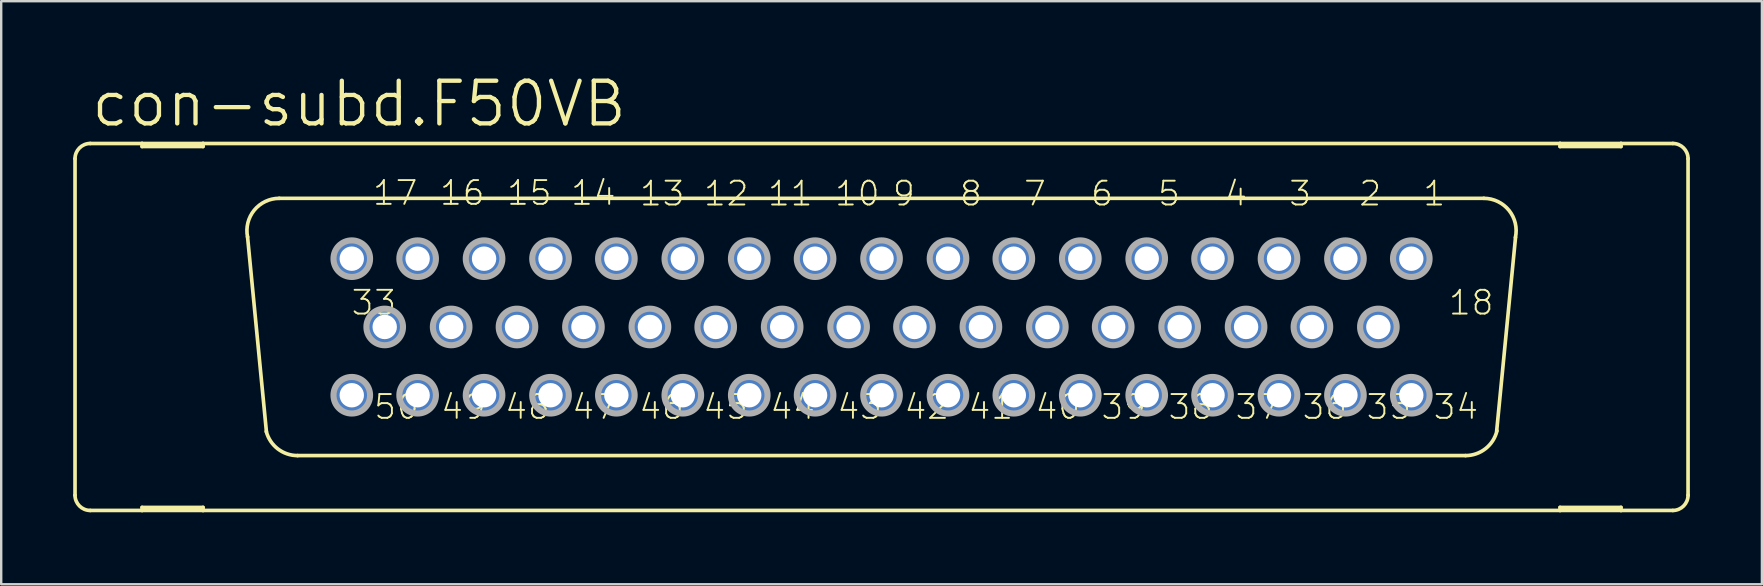
<source format=kicad_pcb>
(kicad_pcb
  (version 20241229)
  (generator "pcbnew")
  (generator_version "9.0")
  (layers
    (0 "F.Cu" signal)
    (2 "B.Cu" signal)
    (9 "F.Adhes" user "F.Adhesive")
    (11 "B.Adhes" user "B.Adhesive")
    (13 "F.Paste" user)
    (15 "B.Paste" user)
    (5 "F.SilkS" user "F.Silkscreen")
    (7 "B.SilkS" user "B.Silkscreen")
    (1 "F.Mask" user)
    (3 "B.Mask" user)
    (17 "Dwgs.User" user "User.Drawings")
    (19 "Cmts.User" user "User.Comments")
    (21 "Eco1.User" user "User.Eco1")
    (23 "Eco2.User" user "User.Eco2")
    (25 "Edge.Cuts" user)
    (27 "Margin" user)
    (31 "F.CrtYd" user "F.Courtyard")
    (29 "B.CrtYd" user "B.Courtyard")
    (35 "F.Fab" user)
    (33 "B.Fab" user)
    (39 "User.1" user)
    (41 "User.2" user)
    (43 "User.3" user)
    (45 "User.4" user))
  (footprint "con-subd.F50VB"
    (layer "F.Cu")
    (at 33.68 10.573)
    (property "Reference" "con-subd.F50VB" (at -33.02 -8.255 0) (layer "F.SilkS") (effects (font (size 1.778 1.778) (thickness 0.18)) (justify left bottom)))
    (attr through_hole)
    (fp_line (start -33.604 -7.01) (end -33.604 7.01) (stroke (width 0.152) (type default)) (layer "F.SilkS"))
    (fp_line (start -32.969 7.645) (end -30.81 7.645) (stroke (width 0.152) (type default)) (layer "F.SilkS"))
    (fp_line (start -30.81 -7.645) (end -32.969 -7.645) (stroke (width 0.152) (type default)) (layer "F.SilkS"))
    (fp_line (start -30.81 -7.645) (end -30.81 -7.518) (stroke (width 0.152) (type default)) (layer "F.SilkS"))
    (fp_line (start -30.81 -7.518) (end -28.27 -7.518) (stroke (width 0.152) (type default)) (layer "F.SilkS"))
    (fp_line (start -30.81 7.518) (end -28.27 7.518) (stroke (width 0.152) (type default)) (layer "F.SilkS"))
    (fp_line (start -30.81 7.645) (end -30.81 7.518) (stroke (width 0.152) (type default)) (layer "F.SilkS"))
    (fp_line (start -30.81 7.645) (end -28.27 7.645) (stroke (width 0.152) (type default)) (layer "F.SilkS"))
    (fp_line (start -28.27 -7.645) (end -30.81 -7.645) (stroke (width 0.152) (type default)) (layer "F.SilkS"))
    (fp_line (start -28.27 -7.518) (end -28.27 -7.645) (stroke (width 0.152) (type default)) (layer "F.SilkS"))
    (fp_line (start -28.27 7.518) (end -28.27 7.645) (stroke (width 0.152) (type default)) (layer "F.SilkS"))
    (fp_line (start -28.27 7.645) (end 28.27 7.645) (stroke (width 0.152) (type default)) (layer "F.SilkS"))
    (fp_line (start -25.629 4.369) (end -26.416 -3.759) (stroke (width 0.152) (type default)) (layer "F.SilkS"))
    (fp_line (start -25.095 -5.359) (end 25.095 -5.359) (stroke (width 0.152) (type default)) (layer "F.SilkS"))
    (fp_line (start -24.333 5.359) (end 24.333 5.359) (stroke (width 0.152) (type default)) (layer "F.SilkS"))
    (fp_line (start 26.416 -3.734) (end 25.629 4.343) (stroke (width 0.152) (type default)) (layer "F.SilkS"))
    (fp_line (start 28.27 -7.645) (end -28.27 -7.645) (stroke (width 0.152) (type default)) (layer "F.SilkS"))
    (fp_line (start 28.27 -7.645) (end 28.27 -7.518) (stroke (width 0.152) (type default)) (layer "F.SilkS"))
    (fp_line (start 28.27 -7.518) (end 30.81 -7.518) (stroke (width 0.152) (type default)) (layer "F.SilkS"))
    (fp_line (start 28.27 7.518) (end 30.81 7.518) (stroke (width 0.152) (type default)) (layer "F.SilkS"))
    (fp_line (start 28.27 7.645) (end 28.27 7.518) (stroke (width 0.152) (type default)) (layer "F.SilkS"))
    (fp_line (start 28.27 7.645) (end 30.81 7.645) (stroke (width 0.152) (type default)) (layer "F.SilkS"))
    (fp_line (start 30.81 -7.645) (end 28.27 -7.645) (stroke (width 0.152) (type default)) (layer "F.SilkS"))
    (fp_line (start 30.81 -7.518) (end 30.81 -7.645) (stroke (width 0.152) (type default)) (layer "F.SilkS"))
    (fp_line (start 30.81 7.518) (end 30.81 7.645) (stroke (width 0.152) (type default)) (layer "F.SilkS"))
    (fp_line (start 30.81 7.645) (end 32.969 7.645) (stroke (width 0.152) (type default)) (layer "F.SilkS"))
    (fp_line (start 32.969 -7.645) (end 30.81 -7.645) (stroke (width 0.152) (type default)) (layer "F.SilkS"))
    (fp_line (start 33.604 -7.01) (end 33.604 7.01) (stroke (width 0.152) (type default)) (layer "F.SilkS"))
    (fp_arc (start -33.6042 -7.0104) (mid -33.418213 -7.459413) (end -32.9692 -7.6454) (stroke (width 0.1524) (type default)) (layer "F.SilkS"))
    (fp_arc (start -32.9692 7.6454) (mid -33.418213 7.459413) (end -33.6042 7.0104) (stroke (width 0.1524) (type default)) (layer "F.SilkS"))
    (fp_arc (start -26.4153 -3.7492) (mid -26.136282 -4.866684) (end -25.0952 -5.3594) (stroke (width 0.1524) (type default)) (layer "F.SilkS"))
    (fp_arc (start -24.3332 5.3594) (mid -25.1567 5.078146) (end -25.6361 4.3519) (stroke (width 0.1524) (type default)) (layer "F.SilkS"))
    (fp_arc (start 25.0952 -5.3591) (mid 26.143577 -4.85738) (end 26.4105 -3.7262) (stroke (width 0.1524) (type default)) (layer "F.SilkS"))
    (fp_arc (start 25.6422 4.3274) (mid 25.166656 5.070446) (end 24.3332 5.3596) (stroke (width 0.1524) (type default)) (layer "F.SilkS"))
    (fp_arc (start 32.9692 -7.6454) (mid 33.418213 -7.459413) (end 33.6042 -7.0104) (stroke (width 0.1524) (type default)) (layer "F.SilkS"))
    (fp_arc (start 33.6042 7.0104) (mid 33.418213 7.459413) (end 32.9692 7.6454) (stroke (width 0.1524) (type default)) (layer "F.SilkS"))
    (fp_circle (center -22.073 -2.845) (end -21.311 -2.845) (stroke (width 0.254) (type default)) (fill no) (layer "F.Fab"))
    (fp_circle (center -22.073 2.845) (end -21.311 2.845) (stroke (width 0.254) (type default)) (fill no) (layer "F.Fab"))
    (fp_circle (center -20.701 0) (end -19.939 0) (stroke (width 0.254) (type default)) (fill no) (layer "F.Fab"))
    (fp_circle (center -19.329 -2.845) (end -18.567 -2.845) (stroke (width 0.254) (type default)) (fill no) (layer "F.Fab"))
    (fp_circle (center -19.329 2.845) (end -18.567 2.845) (stroke (width 0.254) (type default)) (fill no) (layer "F.Fab"))
    (fp_circle (center -17.932 0) (end -17.17 0) (stroke (width 0.254) (type default)) (fill no) (layer "F.Fab"))
    (fp_circle (center -16.561 -2.845) (end -15.799 -2.845) (stroke (width 0.254) (type default)) (fill no) (layer "F.Fab"))
    (fp_circle (center -16.561 2.845) (end -15.799 2.845) (stroke (width 0.254) (type default)) (fill no) (layer "F.Fab"))
    (fp_circle (center -15.189 0) (end -14.427 0) (stroke (width 0.254) (type default)) (fill no) (layer "F.Fab"))
    (fp_circle (center -13.792 -2.845) (end -13.03 -2.845) (stroke (width 0.254) (type default)) (fill no) (layer "F.Fab"))
    (fp_circle (center -13.792 2.845) (end -13.03 2.845) (stroke (width 0.254) (type default)) (fill no) (layer "F.Fab"))
    (fp_circle (center -12.421 0) (end -11.659 0) (stroke (width 0.254) (type default)) (fill no) (layer "F.Fab"))
    (fp_circle (center -11.049 -2.845) (end -10.287 -2.845) (stroke (width 0.254) (type default)) (fill no) (layer "F.Fab"))
    (fp_circle (center -11.049 2.845) (end -10.287 2.845) (stroke (width 0.254) (type default)) (fill no) (layer "F.Fab"))
    (fp_circle (center -9.652 0) (end -8.89 0) (stroke (width 0.254) (type default)) (fill no) (layer "F.Fab"))
    (fp_circle (center -8.28 -2.845) (end -7.518 -2.845) (stroke (width 0.254) (type default)) (fill no) (layer "F.Fab"))
    (fp_circle (center -8.28 2.845) (end -7.518 2.845) (stroke (width 0.254) (type default)) (fill no) (layer "F.Fab"))
    (fp_circle (center -6.909 0) (end -6.147 0) (stroke (width 0.254) (type default)) (fill no) (layer "F.Fab"))
    (fp_circle (center -5.512 -2.845) (end -4.75 -2.845) (stroke (width 0.254) (type default)) (fill no) (layer "F.Fab"))
    (fp_circle (center -5.512 2.845) (end -4.75 2.845) (stroke (width 0.254) (type default)) (fill no) (layer "F.Fab"))
    (fp_circle (center -4.14 0) (end -3.378 0) (stroke (width 0.254) (type default)) (fill no) (layer "F.Fab"))
    (fp_circle (center -2.769 -2.845) (end -2.007 -2.845) (stroke (width 0.254) (type default)) (fill no) (layer "F.Fab"))
    (fp_circle (center -2.769 2.845) (end -2.007 2.845) (stroke (width 0.254) (type default)) (fill no) (layer "F.Fab"))
    (fp_circle (center -1.372 0) (end -0.61 0) (stroke (width 0.254) (type default)) (fill no) (layer "F.Fab"))
    (fp_circle (center 0 -2.845) (end 0.762 -2.845) (stroke (width 0.254) (type default)) (fill no) (layer "F.Fab"))
    (fp_circle (center 0 2.845) (end 0.762 2.845) (stroke (width 0.254) (type default)) (fill no) (layer "F.Fab"))
    (fp_circle (center 1.372 0) (end 2.134 0) (stroke (width 0.254) (type default)) (fill no) (layer "F.Fab"))
    (fp_circle (center 2.769 -2.845) (end 3.531 -2.845) (stroke (width 0.254) (type default)) (fill no) (layer "F.Fab"))
    (fp_circle (center 2.769 2.845) (end 3.531 2.845) (stroke (width 0.254) (type default)) (fill no) (layer "F.Fab"))
    (fp_circle (center 4.14 0) (end 4.902 0) (stroke (width 0.254) (type default)) (fill no) (layer "F.Fab"))
    (fp_circle (center 5.512 -2.845) (end 6.274 -2.845) (stroke (width 0.254) (type default)) (fill no) (layer "F.Fab"))
    (fp_circle (center 5.512 2.845) (end 6.274 2.845) (stroke (width 0.254) (type default)) (fill no) (layer "F.Fab"))
    (fp_circle (center 6.909 0) (end 7.671 0) (stroke (width 0.254) (type default)) (fill no) (layer "F.Fab"))
    (fp_circle (center 8.28 -2.845) (end 9.042 -2.845) (stroke (width 0.254) (type default)) (fill no) (layer "F.Fab"))
    (fp_circle (center 8.28 2.845) (end 9.042 2.845) (stroke (width 0.254) (type default)) (fill no) (layer "F.Fab"))
    (fp_circle (center 9.652 0) (end 10.414 0) (stroke (width 0.254) (type default)) (fill no) (layer "F.Fab"))
    (fp_circle (center 11.049 -2.845) (end 11.811 -2.845) (stroke (width 0.254) (type default)) (fill no) (layer "F.Fab"))
    (fp_circle (center 11.049 2.845) (end 11.811 2.845) (stroke (width 0.254) (type default)) (fill no) (layer "F.Fab"))
    (fp_circle (center 12.421 0) (end 13.183 0) (stroke (width 0.254) (type default)) (fill no) (layer "F.Fab"))
    (fp_circle (center 13.792 -2.845) (end 14.554 -2.845) (stroke (width 0.254) (type default)) (fill no) (layer "F.Fab"))
    (fp_circle (center 13.792 2.845) (end 14.554 2.845) (stroke (width 0.254) (type default)) (fill no) (layer "F.Fab"))
    (fp_circle (center 15.189 0) (end 15.951 0) (stroke (width 0.254) (type default)) (fill no) (layer "F.Fab"))
    (fp_circle (center 16.561 -2.845) (end 17.323 -2.845) (stroke (width 0.254) (type default)) (fill no) (layer "F.Fab"))
    (fp_circle (center 16.561 2.845) (end 17.323 2.845) (stroke (width 0.254) (type default)) (fill no) (layer "F.Fab"))
    (fp_circle (center 17.932 0) (end 18.694 0) (stroke (width 0.254) (type default)) (fill no) (layer "F.Fab"))
    (fp_circle (center 19.329 -2.845) (end 20.091 -2.845) (stroke (width 0.254) (type default)) (fill no) (layer "F.Fab"))
    (fp_circle (center 19.329 2.845) (end 20.091 2.845) (stroke (width 0.254) (type default)) (fill no) (layer "F.Fab"))
    (fp_circle (center 20.701 0) (end 21.463 0) (stroke (width 0.254) (type default)) (fill no) (layer "F.Fab"))
    (fp_circle (center 22.073 -2.845) (end 22.835 -2.845) (stroke (width 0.254) (type default)) (fill no) (layer "F.Fab"))
    (fp_circle (center 22.073 2.845) (end 22.835 2.845) (stroke (width 0.254) (type default)) (fill no) (layer "F.Fab"))
    (fp_text user "18" (at 23.571 -0.432 180) (layer "F.SilkS") (effects (font (size 0.991 0.991) (thickness 0.08)) (justify left bottom)))
    (fp_text user "1" (at 22.504 -4.978 180) (layer "F.SilkS") (effects (font (size 0.991 0.991) (thickness 0.08)) (justify left bottom)))
    (fp_text user "34" (at 22.936 3.912 180) (layer "F.SilkS") (effects (font (size 0.991 0.991) (thickness 0.08)) (justify left bottom)))
    (fp_text user "42" (at 0.889 3.912 180) (layer "F.SilkS") (effects (font (size 0.991 0.991) (thickness 0.08)) (justify left bottom)))
    (fp_text user "47" (at -12.954 3.912 180) (layer "F.SilkS") (effects (font (size 0.991 0.991) (thickness 0.08)) (justify left bottom)))
    (fp_text user "6" (at 8.661 -4.978 180) (layer "F.SilkS") (effects (font (size 0.991 0.991) (thickness 0.08)) (justify left bottom)))
    (fp_text user "15" (at -15.672 -5.004 180) (layer "F.SilkS") (effects (font (size 0.991 0.991) (thickness 0.08)) (justify left bottom)))
    (fp_text user "37" (at 14.681 3.912 180) (layer "F.SilkS") (effects (font (size 0.991 0.991) (thickness 0.08)) (justify left bottom)))
    (fp_text user "8" (at 3.2 -4.978 180) (layer "F.SilkS") (effects (font (size 0.991 0.991) (thickness 0.08)) (justify left bottom)))
    (fp_text user "39" (at 9.093 3.912 180) (layer "F.SilkS") (effects (font (size 0.991 0.991) (thickness 0.08)) (justify left bottom)))
    (fp_text user "48" (at -15.748 3.912 180) (layer "F.SilkS") (effects (font (size 0.991 0.991) (thickness 0.08)) (justify left bottom)))
    (fp_text user "12" (at -7.468 -4.978 180) (layer "F.SilkS") (effects (font (size 0.991 0.991) (thickness 0.08)) (justify left bottom)))
    (fp_text user "38" (at 11.887 3.912 180) (layer "F.SilkS") (effects (font (size 0.991 0.991) (thickness 0.08)) (justify left bottom)))
    (fp_text user "14" (at -13.005 -5.004 180) (layer "F.SilkS") (effects (font (size 0.991 0.991) (thickness 0.08)) (justify left bottom)))
    (fp_text user "4" (at 14.249 -4.978 180) (layer "F.SilkS") (effects (font (size 0.991 0.991) (thickness 0.08)) (justify left bottom)))
    (fp_text user "2" (at 19.837 -4.978 180) (layer "F.SilkS") (effects (font (size 0.991 0.991) (thickness 0.08)) (justify left bottom)))
    (fp_text user "36" (at 17.475 3.912 180) (layer "F.SilkS") (effects (font (size 0.991 0.991) (thickness 0.08)) (justify left bottom)))
    (fp_text user "11" (at -4.801 -4.978 180) (layer "F.SilkS") (effects (font (size 0.991 0.991) (thickness 0.08)) (justify left bottom)))
    (fp_text user "46" (at -10.16 3.912 180) (layer "F.SilkS") (effects (font (size 0.991 0.991) (thickness 0.08)) (justify left bottom)))
    (fp_text user "41" (at 3.556 3.912 180) (layer "F.SilkS") (effects (font (size 0.991 0.991) (thickness 0.08)) (justify left bottom)))
    (fp_text user "7" (at 5.867 -4.978 180) (layer "F.SilkS") (effects (font (size 0.991 0.991) (thickness 0.08)) (justify left bottom)))
    (fp_text user "17" (at -21.26 -5.004 180) (layer "F.SilkS") (effects (font (size 0.991 0.991) (thickness 0.08)) (justify left bottom)))
    (fp_text user "43" (at -1.905 3.912 180) (layer "F.SilkS") (effects (font (size 0.991 0.991) (thickness 0.08)) (justify left bottom)))
    (fp_text user "44" (at -4.699 3.912 180) (layer "F.SilkS") (effects (font (size 0.991 0.991) (thickness 0.08)) (justify left bottom)))
    (fp_text user "35" (at 20.142 3.912 180) (layer "F.SilkS") (effects (font (size 0.991 0.991) (thickness 0.08)) (justify left bottom)))
    (fp_text user "9" (at 0.406 -4.978 180) (layer "F.SilkS") (effects (font (size 0.991 0.991) (thickness 0.08)) (justify left bottom)))
    (fp_text user "49" (at -18.415 3.912 180) (layer "F.SilkS") (effects (font (size 0.991 0.991) (thickness 0.08)) (justify left bottom)))
    (fp_text user "5" (at 11.455 -4.978 180) (layer "F.SilkS") (effects (font (size 0.991 0.991) (thickness 0.08)) (justify left bottom)))
    (fp_text user "40" (at 6.35 3.912 180) (layer "F.SilkS") (effects (font (size 0.991 0.991) (thickness 0.08)) (justify left bottom)))
    (fp_text user "10" (at -2.007 -4.978 180) (layer "F.SilkS") (effects (font (size 0.991 0.991) (thickness 0.08)) (justify left bottom)))
    (fp_text user "13" (at -10.135 -4.978 180) (layer "F.SilkS") (effects (font (size 0.991 0.991) (thickness 0.08)) (justify left bottom)))
    (fp_text user "50" (at -21.209 3.912 180) (layer "F.SilkS") (effects (font (size 0.991 0.991) (thickness 0.08)) (justify left bottom)))
    (fp_text user "16" (at -18.466 -5.004 180) (layer "F.SilkS") (effects (font (size 0.991 0.991) (thickness 0.08)) (justify left bottom)))
    (fp_text user "45" (at -7.493 3.912 180) (layer "F.SilkS") (effects (font (size 0.991 0.991) (thickness 0.08)) (justify left bottom)))
    (fp_text user "33" (at -22.149 -0.432 180) (layer "F.SilkS") (effects (font (size 0.991 0.991) (thickness 0.08)) (justify left bottom)))
    (fp_text user "3" (at 16.916 -4.978 180) (layer "F.SilkS") (effects (font (size 0.991 0.991) (thickness 0.08)) (justify left bottom)))
    (pad "1" thru_hole circle (at 22.073 -2.845) (size 1.524 1.524) (drill 1.016) (layers "*.Cu" "*.Mask"))
    (pad "2" thru_hole circle (at 19.329 -2.845) (size 1.524 1.524) (drill 1.016) (layers "*.Cu" "*.Mask"))
    (pad "3" thru_hole circle (at 16.561 -2.845) (size 1.524 1.524) (drill 1.016) (layers "*.Cu" "*.Mask"))
    (pad "4" thru_hole circle (at 13.792 -2.845) (size 1.524 1.524) (drill 1.016) (layers "*.Cu" "*.Mask"))
    (pad "5" thru_hole circle (at 11.049 -2.845) (size 1.524 1.524) (drill 1.016) (layers "*.Cu" "*.Mask"))
    (pad "6" thru_hole circle (at 8.28 -2.845) (size 1.524 1.524) (drill 1.016) (layers "*.Cu" "*.Mask"))
    (pad "7" thru_hole circle (at 5.512 -2.845) (size 1.524 1.524) (drill 1.016) (layers "*.Cu" "*.Mask"))
    (pad "8" thru_hole circle (at 2.769 -2.845) (size 1.524 1.524) (drill 1.016) (layers "*.Cu" "*.Mask"))
    (pad "9" thru_hole circle (at 0 -2.845) (size 1.524 1.524) (drill 1.016) (layers "*.Cu" "*.Mask"))
    (pad "10" thru_hole circle (at -2.769 -2.845) (size 1.524 1.524) (drill 1.016) (layers "*.Cu" "*.Mask"))
    (pad "11" thru_hole circle (at -5.512 -2.845) (size 1.524 1.524) (drill 1.016) (layers "*.Cu" "*.Mask"))
    (pad "12" thru_hole circle (at -8.28 -2.845) (size 1.524 1.524) (drill 1.016) (layers "*.Cu" "*.Mask"))
    (pad "13" thru_hole circle (at -11.049 -2.845) (size 1.524 1.524) (drill 1.016) (layers "*.Cu" "*.Mask"))
    (pad "14" thru_hole circle (at -13.792 -2.845) (size 1.524 1.524) (drill 1.016) (layers "*.Cu" "*.Mask"))
    (pad "15" thru_hole circle (at -16.561 -2.845) (size 1.524 1.524) (drill 1.016) (layers "*.Cu" "*.Mask"))
    (pad "16" thru_hole circle (at -19.329 -2.845) (size 1.524 1.524) (drill 1.016) (layers "*.Cu" "*.Mask"))
    (pad "17" thru_hole circle (at -22.073 -2.845) (size 1.524 1.524) (drill 1.016) (layers "*.Cu" "*.Mask"))
    (pad "18" thru_hole circle (at 20.701 0) (size 1.524 1.524) (drill 1.016) (layers "*.Cu" "*.Mask"))
    (pad "19" thru_hole circle (at 17.932 0) (size 1.524 1.524) (drill 1.016) (layers "*.Cu" "*.Mask"))
    (pad "20" thru_hole circle (at 15.189 0) (size 1.524 1.524) (drill 1.016) (layers "*.Cu" "*.Mask"))
    (pad "21" thru_hole circle (at 12.421 0) (size 1.524 1.524) (drill 1.016) (layers "*.Cu" "*.Mask"))
    (pad "22" thru_hole circle (at 9.652 0) (size 1.524 1.524) (drill 1.016) (layers "*.Cu" "*.Mask"))
    (pad "23" thru_hole circle (at 6.909 0) (size 1.524 1.524) (drill 1.016) (layers "*.Cu" "*.Mask"))
    (pad "24" thru_hole circle (at 4.14 0) (size 1.524 1.524) (drill 1.016) (layers "*.Cu" "*.Mask"))
    (pad "25" thru_hole circle (at 1.372 0) (size 1.524 1.524) (drill 1.016) (layers "*.Cu" "*.Mask"))
    (pad "26" thru_hole circle (at -1.372 0) (size 1.524 1.524) (drill 1.016) (layers "*.Cu" "*.Mask"))
    (pad "27" thru_hole circle (at -4.14 0) (size 1.524 1.524) (drill 1.016) (layers "*.Cu" "*.Mask"))
    (pad "28" thru_hole circle (at -6.909 0) (size 1.524 1.524) (drill 1.016) (layers "*.Cu" "*.Mask"))
    (pad "29" thru_hole circle (at -9.652 0) (size 1.524 1.524) (drill 1.016) (layers "*.Cu" "*.Mask"))
    (pad "30" thru_hole circle (at -12.421 0) (size 1.524 1.524) (drill 1.016) (layers "*.Cu" "*.Mask"))
    (pad "31" thru_hole circle (at -15.189 0) (size 1.524 1.524) (drill 1.016) (layers "*.Cu" "*.Mask"))
    (pad "32" thru_hole circle (at -17.932 0) (size 1.524 1.524) (drill 1.016) (layers "*.Cu" "*.Mask"))
    (pad "33" thru_hole circle (at -20.701 0) (size 1.524 1.524) (drill 1.016) (layers "*.Cu" "*.Mask"))
    (pad "34" thru_hole circle (at 22.073 2.845) (size 1.524 1.524) (drill 1.016) (layers "*.Cu" "*.Mask"))
    (pad "35" thru_hole circle (at 19.329 2.845) (size 1.524 1.524) (drill 1.016) (layers "*.Cu" "*.Mask"))
    (pad "36" thru_hole circle (at 16.561 2.845) (size 1.524 1.524) (drill 1.016) (layers "*.Cu" "*.Mask"))
    (pad "37" thru_hole circle (at 13.792 2.845) (size 1.524 1.524) (drill 1.016) (layers "*.Cu" "*.Mask"))
    (pad "38" thru_hole circle (at 11.049 2.845) (size 1.524 1.524) (drill 1.016) (layers "*.Cu" "*.Mask"))
    (pad "39" thru_hole circle (at 8.28 2.845) (size 1.524 1.524) (drill 1.016) (layers "*.Cu" "*.Mask"))
    (pad "40" thru_hole circle (at 5.512 2.845) (size 1.524 1.524) (drill 1.016) (layers "*.Cu" "*.Mask"))
    (pad "41" thru_hole circle (at 2.769 2.845) (size 1.524 1.524) (drill 1.016) (layers "*.Cu" "*.Mask"))
    (pad "42" thru_hole circle (at 0 2.845) (size 1.524 1.524) (drill 1.016) (layers "*.Cu" "*.Mask"))
    (pad "43" thru_hole circle (at -2.769 2.845) (size 1.524 1.524) (drill 1.016) (layers "*.Cu" "*.Mask"))
    (pad "44" thru_hole circle (at -5.512 2.845) (size 1.524 1.524) (drill 1.016) (layers "*.Cu" "*.Mask"))
    (pad "45" thru_hole circle (at -8.28 2.845) (size 1.524 1.524) (drill 1.016) (layers "*.Cu" "*.Mask"))
    (pad "46" thru_hole circle (at -11.049 2.845) (size 1.524 1.524) (drill 1.016) (layers "*.Cu" "*.Mask"))
    (pad "47" thru_hole circle (at -13.792 2.845) (size 1.524 1.524) (drill 1.016) (layers "*.Cu" "*.Mask"))
    (pad "48" thru_hole circle (at -16.561 2.845) (size 1.524 1.524) (drill 1.016) (layers "*.Cu" "*.Mask"))
    (pad "49" thru_hole circle (at -19.329 2.845) (size 1.524 1.524) (drill 1.016) (layers "*.Cu" "*.Mask"))
    (pad "50" thru_hole circle (at -22.073 2.845) (size 1.524 1.524) (drill 1.016) (layers "*.Cu" "*.Mask")))
  (gr_rect
    (start -3 -3)
    (end 70.361 21.295)
    (stroke (width 0.1) (type default))
    (fill no)
    (layer "Edge.Cuts")))
</source>
